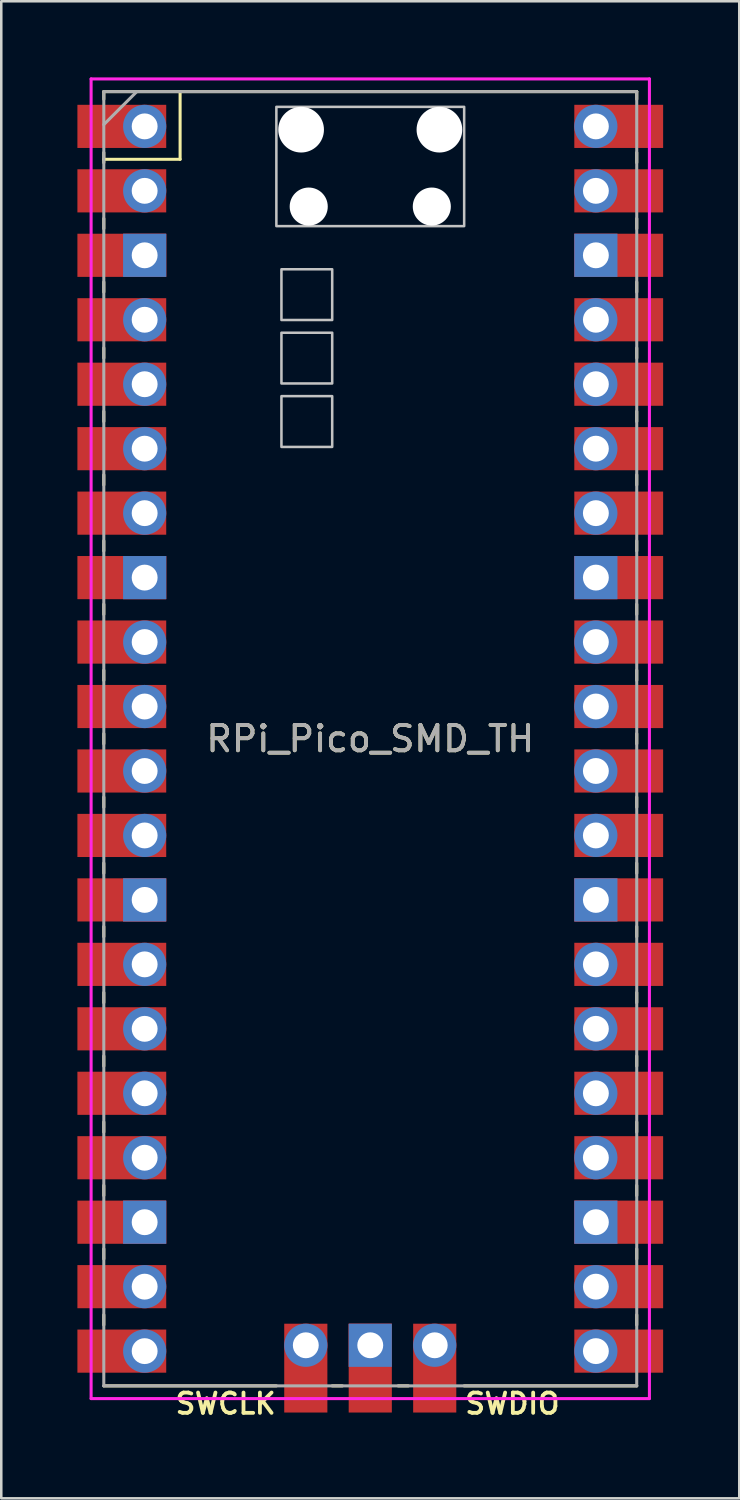
<source format=kicad_pcb>
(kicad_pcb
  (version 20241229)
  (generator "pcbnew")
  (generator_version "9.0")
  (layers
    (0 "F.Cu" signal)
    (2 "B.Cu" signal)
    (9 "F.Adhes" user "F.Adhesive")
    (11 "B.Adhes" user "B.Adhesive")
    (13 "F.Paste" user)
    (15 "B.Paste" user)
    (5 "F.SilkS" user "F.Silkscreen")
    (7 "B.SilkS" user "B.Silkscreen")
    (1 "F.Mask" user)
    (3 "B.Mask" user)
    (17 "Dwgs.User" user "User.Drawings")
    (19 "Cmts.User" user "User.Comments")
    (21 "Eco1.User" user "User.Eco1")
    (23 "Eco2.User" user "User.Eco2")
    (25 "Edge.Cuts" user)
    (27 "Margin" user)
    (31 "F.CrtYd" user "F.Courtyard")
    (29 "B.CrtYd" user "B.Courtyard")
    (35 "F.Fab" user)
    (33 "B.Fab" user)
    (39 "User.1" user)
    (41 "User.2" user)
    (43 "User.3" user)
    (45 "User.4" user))
  (footprint "RPi_Pico_SMD_TH"
    (layer "F.Cu")
    (at 11.54 26.06)
    (property "Reference" "RPi_Pico_SMD_TH" (at 0 0 180) (layer "F.SilkS") (effects (font (size 1 1) (thickness 0.15))))
    (attr through_hole)
    (fp_line (start -10.5 -25.5) (end -10.5 -25.2) (stroke (width 0.12) (type solid)) (layer "F.SilkS"))
    (fp_line (start -10.5 -25.5) (end 10.5 -25.5) (stroke (width 0.12) (type solid)) (layer "F.SilkS"))
    (fp_line (start -10.5 -23.1) (end -10.5 -22.7) (stroke (width 0.12) (type solid)) (layer "F.SilkS"))
    (fp_line (start -10.5 -22.833) (end -7.493 -22.833) (stroke (width 0.12) (type solid)) (layer "F.SilkS"))
    (fp_line (start -10.5 -20.5) (end -10.5 -20.1) (stroke (width 0.12) (type solid)) (layer "F.SilkS"))
    (fp_line (start -10.5 -18) (end -10.5 -17.6) (stroke (width 0.12) (type solid)) (layer "F.SilkS"))
    (fp_line (start -10.5 -15.4) (end -10.5 -15) (stroke (width 0.12) (type solid)) (layer "F.SilkS"))
    (fp_line (start -10.5 -12.9) (end -10.5 -12.5) (stroke (width 0.12) (type solid)) (layer "F.SilkS"))
    (fp_line (start -10.5 -10.4) (end -10.5 -10) (stroke (width 0.12) (type solid)) (layer "F.SilkS"))
    (fp_line (start -10.5 -7.8) (end -10.5 -7.4) (stroke (width 0.12) (type solid)) (layer "F.SilkS"))
    (fp_line (start -10.5 -5.3) (end -10.5 -4.9) (stroke (width 0.12) (type solid)) (layer "F.SilkS"))
    (fp_line (start -10.5 -2.7) (end -10.5 -2.3) (stroke (width 0.12) (type solid)) (layer "F.SilkS"))
    (fp_line (start -10.5 -0.2) (end -10.5 0.2) (stroke (width 0.12) (type solid)) (layer "F.SilkS"))
    (fp_line (start -10.5 2.3) (end -10.5 2.7) (stroke (width 0.12) (type solid)) (layer "F.SilkS"))
    (fp_line (start -10.5 4.9) (end -10.5 5.3) (stroke (width 0.12) (type solid)) (layer "F.SilkS"))
    (fp_line (start -10.5 7.4) (end -10.5 7.8) (stroke (width 0.12) (type solid)) (layer "F.SilkS"))
    (fp_line (start -10.5 10) (end -10.5 10.4) (stroke (width 0.12) (type solid)) (layer "F.SilkS"))
    (fp_line (start -10.5 12.5) (end -10.5 12.9) (stroke (width 0.12) (type solid)) (layer "F.SilkS"))
    (fp_line (start -10.5 15.1) (end -10.5 15.5) (stroke (width 0.12) (type solid)) (layer "F.SilkS"))
    (fp_line (start -10.5 17.6) (end -10.5 18) (stroke (width 0.12) (type solid)) (layer "F.SilkS"))
    (fp_line (start -10.5 20.1) (end -10.5 20.5) (stroke (width 0.12) (type solid)) (layer "F.SilkS"))
    (fp_line (start -10.5 22.7) (end -10.5 23.1) (stroke (width 0.12) (type solid)) (layer "F.SilkS"))
    (fp_line (start -7.493 -22.833) (end -7.493 -25.5) (stroke (width 0.12) (type solid)) (layer "F.SilkS"))
    (fp_line (start -3.7 25.5) (end -10.5 25.5) (stroke (width 0.12) (type solid)) (layer "F.SilkS"))
    (fp_line (start -1.5 25.5) (end -1.1 25.5) (stroke (width 0.12) (type solid)) (layer "F.SilkS"))
    (fp_line (start 1.1 25.5) (end 1.5 25.5) (stroke (width 0.12) (type solid)) (layer "F.SilkS"))
    (fp_line (start 10.5 -25.5) (end 10.5 -25.2) (stroke (width 0.12) (type solid)) (layer "F.SilkS"))
    (fp_line (start 10.5 -23.1) (end 10.5 -22.7) (stroke (width 0.12) (type solid)) (layer "F.SilkS"))
    (fp_line (start 10.5 -20.5) (end 10.5 -20.1) (stroke (width 0.12) (type solid)) (layer "F.SilkS"))
    (fp_line (start 10.5 -18) (end 10.5 -17.6) (stroke (width 0.12) (type solid)) (layer "F.SilkS"))
    (fp_line (start 10.5 -15.4) (end 10.5 -15) (stroke (width 0.12) (type solid)) (layer "F.SilkS"))
    (fp_line (start 10.5 -12.9) (end 10.5 -12.5) (stroke (width 0.12) (type solid)) (layer "F.SilkS"))
    (fp_line (start 10.5 -10.4) (end 10.5 -10) (stroke (width 0.12) (type solid)) (layer "F.SilkS"))
    (fp_line (start 10.5 -7.8) (end 10.5 -7.4) (stroke (width 0.12) (type solid)) (layer "F.SilkS"))
    (fp_line (start 10.5 -5.3) (end 10.5 -4.9) (stroke (width 0.12) (type solid)) (layer "F.SilkS"))
    (fp_line (start 10.5 -2.7) (end 10.5 -2.3) (stroke (width 0.12) (type solid)) (layer "F.SilkS"))
    (fp_line (start 10.5 -0.2) (end 10.5 0.2) (stroke (width 0.12) (type solid)) (layer "F.SilkS"))
    (fp_line (start 10.5 2.3) (end 10.5 2.7) (stroke (width 0.12) (type solid)) (layer "F.SilkS"))
    (fp_line (start 10.5 4.9) (end 10.5 5.3) (stroke (width 0.12) (type solid)) (layer "F.SilkS"))
    (fp_line (start 10.5 7.4) (end 10.5 7.8) (stroke (width 0.12) (type solid)) (layer "F.SilkS"))
    (fp_line (start 10.5 10) (end 10.5 10.4) (stroke (width 0.12) (type solid)) (layer "F.SilkS"))
    (fp_line (start 10.5 12.5) (end 10.5 12.9) (stroke (width 0.12) (type solid)) (layer "F.SilkS"))
    (fp_line (start 10.5 15.1) (end 10.5 15.5) (stroke (width 0.12) (type solid)) (layer "F.SilkS"))
    (fp_line (start 10.5 17.6) (end 10.5 18) (stroke (width 0.12) (type solid)) (layer "F.SilkS"))
    (fp_line (start 10.5 20.1) (end 10.5 20.5) (stroke (width 0.12) (type solid)) (layer "F.SilkS"))
    (fp_line (start 10.5 22.7) (end 10.5 23.1) (stroke (width 0.12) (type solid)) (layer "F.SilkS"))
    (fp_line (start 10.5 25.5) (end 3.7 25.5) (stroke (width 0.12) (type solid)) (layer "F.SilkS"))
    (fp_poly (pts (xy -1.5 -16.5) (xy -3.5 -16.5) (xy -3.5 -18.5) (xy -1.5 -18.5)) (stroke (width 0.1) (type solid)) (fill no) (layer "Dwgs.User"))
    (fp_poly (pts (xy -1.5 -14) (xy -3.5 -14) (xy -3.5 -16) (xy -1.5 -16)) (stroke (width 0.1) (type solid)) (fill no) (layer "Dwgs.User"))
    (fp_poly (pts (xy -1.5 -11.5) (xy -3.5 -11.5) (xy -3.5 -13.5) (xy -1.5 -13.5)) (stroke (width 0.1) (type solid)) (fill no) (layer "Dwgs.User"))
    (fp_poly (pts (xy 3.7 -20.2) (xy -3.7 -20.2) (xy -3.7 -24.9) (xy 3.7 -24.9)) (stroke (width 0.1) (type solid)) (fill no) (layer "Dwgs.User"))
    (fp_line (start -11 -26) (end 11 -26) (stroke (width 0.12) (type solid)) (layer "F.CrtYd"))
    (fp_line (start -11 26) (end -11 -26) (stroke (width 0.12) (type solid)) (layer "F.CrtYd"))
    (fp_line (start 11 -26) (end 11 26) (stroke (width 0.12) (type solid)) (layer "F.CrtYd"))
    (fp_line (start 11 26) (end -11 26) (stroke (width 0.12) (type solid)) (layer "F.CrtYd"))
    (fp_line (start -10.5 -25.5) (end 10.5 -25.5) (stroke (width 0.12) (type solid)) (layer "F.Fab"))
    (fp_line (start -10.5 -24.2) (end -9.2 -25.5) (stroke (width 0.12) (type solid)) (layer "F.Fab"))
    (fp_line (start -10.5 25.5) (end -10.5 -25.5) (stroke (width 0.12) (type solid)) (layer "F.Fab"))
    (fp_line (start 10.5 -25.5) (end 10.5 25.5) (stroke (width 0.12) (type solid)) (layer "F.Fab"))
    (fp_line (start 10.5 25.5) (end -10.5 25.5) (stroke (width 0.12) (type solid)) (layer "F.Fab"))
    (fp_text user "SWDIO" (at 5.6 26.2 180) (layer "F.SilkS") (effects (font (size 0.8 0.8) (thickness 0.15))))
    (fp_text user "SWCLK" (at -5.7 26.2 180) (layer "F.SilkS") (effects (font (size 0.8 0.8) (thickness 0.15))))
    (fp_text user "${REFERENCE}" (at 0 0 180) (layer "F.Fab") (effects (font (size 1 1) (thickness 0.15))))
    (pad "" np_thru_hole oval (at -2.725 -24) (size 1.8 1.8) (drill 1.8) (layers "*.Cu" "*.Mask"))
    (pad "" np_thru_hole oval (at -2.425 -20.97) (size 1.5 1.5) (drill 1.5) (layers "*.Cu" "*.Mask"))
    (pad "" np_thru_hole oval (at 2.425 -20.97) (size 1.5 1.5) (drill 1.5) (layers "*.Cu" "*.Mask"))
    (pad "" np_thru_hole oval (at 2.725 -24) (size 1.8 1.8) (drill 1.8) (layers "*.Cu" "*.Mask"))
    (pad "1" thru_hole oval (at -8.89 -24.13) (size 1.7 1.7) (drill 1.02) (layers "*.Cu" "*.Mask"))
    (pad "1" smd rect (at -8.89 -24.13) (size 3.5 1.7) (drill (offset -0.9 0)) (layers "F.Cu" "F.Mask"))
    (pad "2" thru_hole oval (at -8.89 -21.59) (size 1.7 1.7) (drill 1.02) (layers "*.Cu" "*.Mask"))
    (pad "2" smd rect (at -8.89 -21.59) (size 3.5 1.7) (drill (offset -0.9 0)) (layers "F.Cu" "F.Mask"))
    (pad "3" thru_hole rect (at -8.89 -19.05) (size 1.7 1.7) (drill 1.02) (layers "*.Cu" "*.Mask"))
    (pad "3" smd rect (at -8.89 -19.05) (size 3.5 1.7) (drill (offset -0.9 0)) (layers "F.Cu" "F.Mask"))
    (pad "4" thru_hole oval (at -8.89 -16.51) (size 1.7 1.7) (drill 1.02) (layers "*.Cu" "*.Mask"))
    (pad "4" smd rect (at -8.89 -16.51) (size 3.5 1.7) (drill (offset -0.9 0)) (layers "F.Cu" "F.Mask"))
    (pad "5" thru_hole oval (at -8.89 -13.97) (size 1.7 1.7) (drill 1.02) (layers "*.Cu" "*.Mask"))
    (pad "5" smd rect (at -8.89 -13.97) (size 3.5 1.7) (drill (offset -0.9 0)) (layers "F.Cu" "F.Mask"))
    (pad "6" thru_hole oval (at -8.89 -11.43) (size 1.7 1.7) (drill 1.02) (layers "*.Cu" "*.Mask"))
    (pad "6" smd rect (at -8.89 -11.43) (size 3.5 1.7) (drill (offset -0.9 0)) (layers "F.Cu" "F.Mask"))
    (pad "7" thru_hole oval (at -8.89 -8.89) (size 1.7 1.7) (drill 1.02) (layers "*.Cu" "*.Mask"))
    (pad "7" smd rect (at -8.89 -8.89) (size 3.5 1.7) (drill (offset -0.9 0)) (layers "F.Cu" "F.Mask"))
    (pad "8" thru_hole rect (at -8.89 -6.35) (size 1.7 1.7) (drill 1.02) (layers "*.Cu" "*.Mask"))
    (pad "8" smd rect (at -8.89 -6.35) (size 3.5 1.7) (drill (offset -0.9 0)) (layers "F.Cu" "F.Mask"))
    (pad "9" thru_hole oval (at -8.89 -3.81) (size 1.7 1.7) (drill 1.02) (layers "*.Cu" "*.Mask"))
    (pad "9" smd rect (at -8.89 -3.81) (size 3.5 1.7) (drill (offset -0.9 0)) (layers "F.Cu" "F.Mask"))
    (pad "10" thru_hole oval (at -8.89 -1.27) (size 1.7 1.7) (drill 1.02) (layers "*.Cu" "*.Mask"))
    (pad "10" smd rect (at -8.89 -1.27) (size 3.5 1.7) (drill (offset -0.9 0)) (layers "F.Cu" "F.Mask"))
    (pad "11" thru_hole oval (at -8.89 1.27) (size 1.7 1.7) (drill 1.02) (layers "*.Cu" "*.Mask"))
    (pad "11" smd rect (at -8.89 1.27) (size 3.5 1.7) (drill (offset -0.9 0)) (layers "F.Cu" "F.Mask"))
    (pad "12" thru_hole oval (at -8.89 3.81) (size 1.7 1.7) (drill 1.02) (layers "*.Cu" "*.Mask"))
    (pad "12" smd rect (at -8.89 3.81) (size 3.5 1.7) (drill (offset -0.9 0)) (layers "F.Cu" "F.Mask"))
    (pad "13" thru_hole rect (at -8.89 6.35) (size 1.7 1.7) (drill 1.02) (layers "*.Cu" "*.Mask"))
    (pad "13" smd rect (at -8.89 6.35) (size 3.5 1.7) (drill (offset -0.9 0)) (layers "F.Cu" "F.Mask"))
    (pad "14" thru_hole oval (at -8.89 8.89) (size 1.7 1.7) (drill 1.02) (layers "*.Cu" "*.Mask"))
    (pad "14" smd rect (at -8.89 8.89) (size 3.5 1.7) (drill (offset -0.9 0)) (layers "F.Cu" "F.Mask"))
    (pad "15" thru_hole oval (at -8.89 11.43) (size 1.7 1.7) (drill 1.02) (layers "*.Cu" "*.Mask"))
    (pad "15" smd rect (at -8.89 11.43) (size 3.5 1.7) (drill (offset -0.9 0)) (layers "F.Cu" "F.Mask"))
    (pad "16" thru_hole oval (at -8.89 13.97) (size 1.7 1.7) (drill 1.02) (layers "*.Cu" "*.Mask"))
    (pad "16" smd rect (at -8.89 13.97) (size 3.5 1.7) (drill (offset -0.9 0)) (layers "F.Cu" "F.Mask"))
    (pad "17" thru_hole oval (at -8.89 16.51) (size 1.7 1.7) (drill 1.02) (layers "*.Cu" "*.Mask"))
    (pad "17" smd rect (at -8.89 16.51) (size 3.5 1.7) (drill (offset -0.9 0)) (layers "F.Cu" "F.Mask"))
    (pad "18" thru_hole rect (at -8.89 19.05) (size 1.7 1.7) (drill 1.02) (layers "*.Cu" "*.Mask"))
    (pad "18" smd rect (at -8.89 19.05) (size 3.5 1.7) (drill (offset -0.9 0)) (layers "F.Cu" "F.Mask"))
    (pad "19" thru_hole oval (at -8.89 21.59) (size 1.7 1.7) (drill 1.02) (layers "*.Cu" "*.Mask"))
    (pad "19" smd rect (at -8.89 21.59) (size 3.5 1.7) (drill (offset -0.9 0)) (layers "F.Cu" "F.Mask"))
    (pad "20" thru_hole oval (at -8.89 24.13) (size 1.7 1.7) (drill 1.02) (layers "*.Cu" "*.Mask"))
    (pad "20" smd rect (at -8.89 24.13) (size 3.5 1.7) (drill (offset -0.9 0)) (layers "F.Cu" "F.Mask"))
    (pad "21" thru_hole oval (at 8.89 24.13) (size 1.7 1.7) (drill 1.02) (layers "*.Cu" "*.Mask"))
    (pad "21" smd rect (at 8.89 24.13) (size 3.5 1.7) (drill (offset 0.9 0)) (layers "F.Cu" "F.Mask"))
    (pad "22" thru_hole oval (at 8.89 21.59) (size 1.7 1.7) (drill 1.02) (layers "*.Cu" "*.Mask"))
    (pad "22" smd rect (at 8.89 21.59) (size 3.5 1.7) (drill (offset 0.9 0)) (layers "F.Cu" "F.Mask"))
    (pad "23" thru_hole rect (at 8.89 19.05) (size 1.7 1.7) (drill 1.02) (layers "*.Cu" "*.Mask"))
    (pad "23" smd rect (at 8.89 19.05) (size 3.5 1.7) (drill (offset 0.9 0)) (layers "F.Cu" "F.Mask"))
    (pad "24" thru_hole oval (at 8.89 16.51) (size 1.7 1.7) (drill 1.02) (layers "*.Cu" "*.Mask"))
    (pad "24" smd rect (at 8.89 16.51) (size 3.5 1.7) (drill (offset 0.9 0)) (layers "F.Cu" "F.Mask"))
    (pad "25" thru_hole oval (at 8.89 13.97) (size 1.7 1.7) (drill 1.02) (layers "*.Cu" "*.Mask"))
    (pad "25" smd rect (at 8.89 13.97) (size 3.5 1.7) (drill (offset 0.9 0)) (layers "F.Cu" "F.Mask"))
    (pad "26" thru_hole oval (at 8.89 11.43) (size 1.7 1.7) (drill 1.02) (layers "*.Cu" "*.Mask"))
    (pad "26" smd rect (at 8.89 11.43) (size 3.5 1.7) (drill (offset 0.9 0)) (layers "F.Cu" "F.Mask"))
    (pad "27" thru_hole oval (at 8.89 8.89) (size 1.7 1.7) (drill 1.02) (layers "*.Cu" "*.Mask"))
    (pad "27" smd rect (at 8.89 8.89) (size 3.5 1.7) (drill (offset 0.9 0)) (layers "F.Cu" "F.Mask"))
    (pad "28" thru_hole rect (at 8.89 6.35) (size 1.7 1.7) (drill 1.02) (layers "*.Cu" "*.Mask"))
    (pad "28" smd rect (at 8.89 6.35) (size 3.5 1.7) (drill (offset 0.9 0)) (layers "F.Cu" "F.Mask"))
    (pad "29" thru_hole oval (at 8.89 3.81) (size 1.7 1.7) (drill 1.02) (layers "*.Cu" "*.Mask"))
    (pad "29" smd rect (at 8.89 3.81) (size 3.5 1.7) (drill (offset 0.9 0)) (layers "F.Cu" "F.Mask"))
    (pad "30" thru_hole oval (at 8.89 1.27) (size 1.7 1.7) (drill 1.02) (layers "*.Cu" "*.Mask"))
    (pad "30" smd rect (at 8.89 1.27) (size 3.5 1.7) (drill (offset 0.9 0)) (layers "F.Cu" "F.Mask"))
    (pad "31" thru_hole oval (at 8.89 -1.27) (size 1.7 1.7) (drill 1.02) (layers "*.Cu" "*.Mask"))
    (pad "31" smd rect (at 8.89 -1.27) (size 3.5 1.7) (drill (offset 0.9 0)) (layers "F.Cu" "F.Mask"))
    (pad "32" thru_hole oval (at 8.89 -3.81) (size 1.7 1.7) (drill 1.02) (layers "*.Cu" "*.Mask"))
    (pad "32" smd rect (at 8.89 -3.81) (size 3.5 1.7) (drill (offset 0.9 0)) (layers "F.Cu" "F.Mask"))
    (pad "33" thru_hole rect (at 8.89 -6.35) (size 1.7 1.7) (drill 1.02) (layers "*.Cu" "*.Mask"))
    (pad "33" smd rect (at 8.89 -6.35) (size 3.5 1.7) (drill (offset 0.9 0)) (layers "F.Cu" "F.Mask"))
    (pad "34" thru_hole oval (at 8.89 -8.89) (size 1.7 1.7) (drill 1.02) (layers "*.Cu" "*.Mask"))
    (pad "34" smd rect (at 8.89 -8.89) (size 3.5 1.7) (drill (offset 0.9 0)) (layers "F.Cu" "F.Mask"))
    (pad "35" thru_hole oval (at 8.89 -11.43) (size 1.7 1.7) (drill 1.02) (layers "*.Cu" "*.Mask"))
    (pad "35" smd rect (at 8.89 -11.43) (size 3.5 1.7) (drill (offset 0.9 0)) (layers "F.Cu" "F.Mask"))
    (pad "36" thru_hole oval (at 8.89 -13.97) (size 1.7 1.7) (drill 1.02) (layers "*.Cu" "*.Mask"))
    (pad "36" smd rect (at 8.89 -13.97) (size 3.5 1.7) (drill (offset 0.9 0)) (layers "F.Cu" "F.Mask"))
    (pad "37" thru_hole oval (at 8.89 -16.51) (size 1.7 1.7) (drill 1.02) (layers "*.Cu" "*.Mask"))
    (pad "37" smd rect (at 8.89 -16.51) (size 3.5 1.7) (drill (offset 0.9 0)) (layers "F.Cu" "F.Mask"))
    (pad "38" thru_hole rect (at 8.89 -19.05) (size 1.7 1.7) (drill 1.02) (layers "*.Cu" "*.Mask"))
    (pad "38" smd rect (at 8.89 -19.05) (size 3.5 1.7) (drill (offset 0.9 0)) (layers "F.Cu" "F.Mask"))
    (pad "39" thru_hole oval (at 8.89 -21.59) (size 1.7 1.7) (drill 1.02) (layers "*.Cu" "*.Mask"))
    (pad "39" smd rect (at 8.89 -21.59) (size 3.5 1.7) (drill (offset 0.9 0)) (layers "F.Cu" "F.Mask"))
    (pad "40" thru_hole oval (at 8.89 -24.13) (size 1.7 1.7) (drill 1.02) (layers "*.Cu" "*.Mask"))
    (pad "40" smd rect (at 8.89 -24.13) (size 3.5 1.7) (drill (offset 0.9 0)) (layers "F.Cu" "F.Mask"))
    (pad "41" thru_hole oval (at -2.54 23.9) (size 1.7 1.7) (drill 1.02) (layers "*.Cu" "*.Mask"))
    (pad "41" smd rect (at -2.54 23.9 90) (size 3.5 1.7) (drill (offset -0.9 0)) (layers "F.Cu" "F.Mask"))
    (pad "42" thru_hole rect (at 0 23.9) (size 1.7 1.7) (drill 1.02) (layers "*.Cu" "*.Mask"))
    (pad "42" smd rect (at 0 23.9 90) (size 3.5 1.7) (drill (offset -0.9 0)) (layers "F.Cu" "F.Mask"))
    (pad "43" thru_hole oval (at 2.54 23.9) (size 1.7 1.7) (drill 1.02) (layers "*.Cu" "*.Mask"))
    (pad "43" smd rect (at 2.54 23.9 90) (size 3.5 1.7) (drill (offset -0.9 0)) (layers "F.Cu" "F.Mask")))
  (gr_rect
    (start -3 -3)
    (end 26.08 55.991)
    (stroke (width 0.1) (type default))
    (fill no)
    (layer "Edge.Cuts")))
</source>
